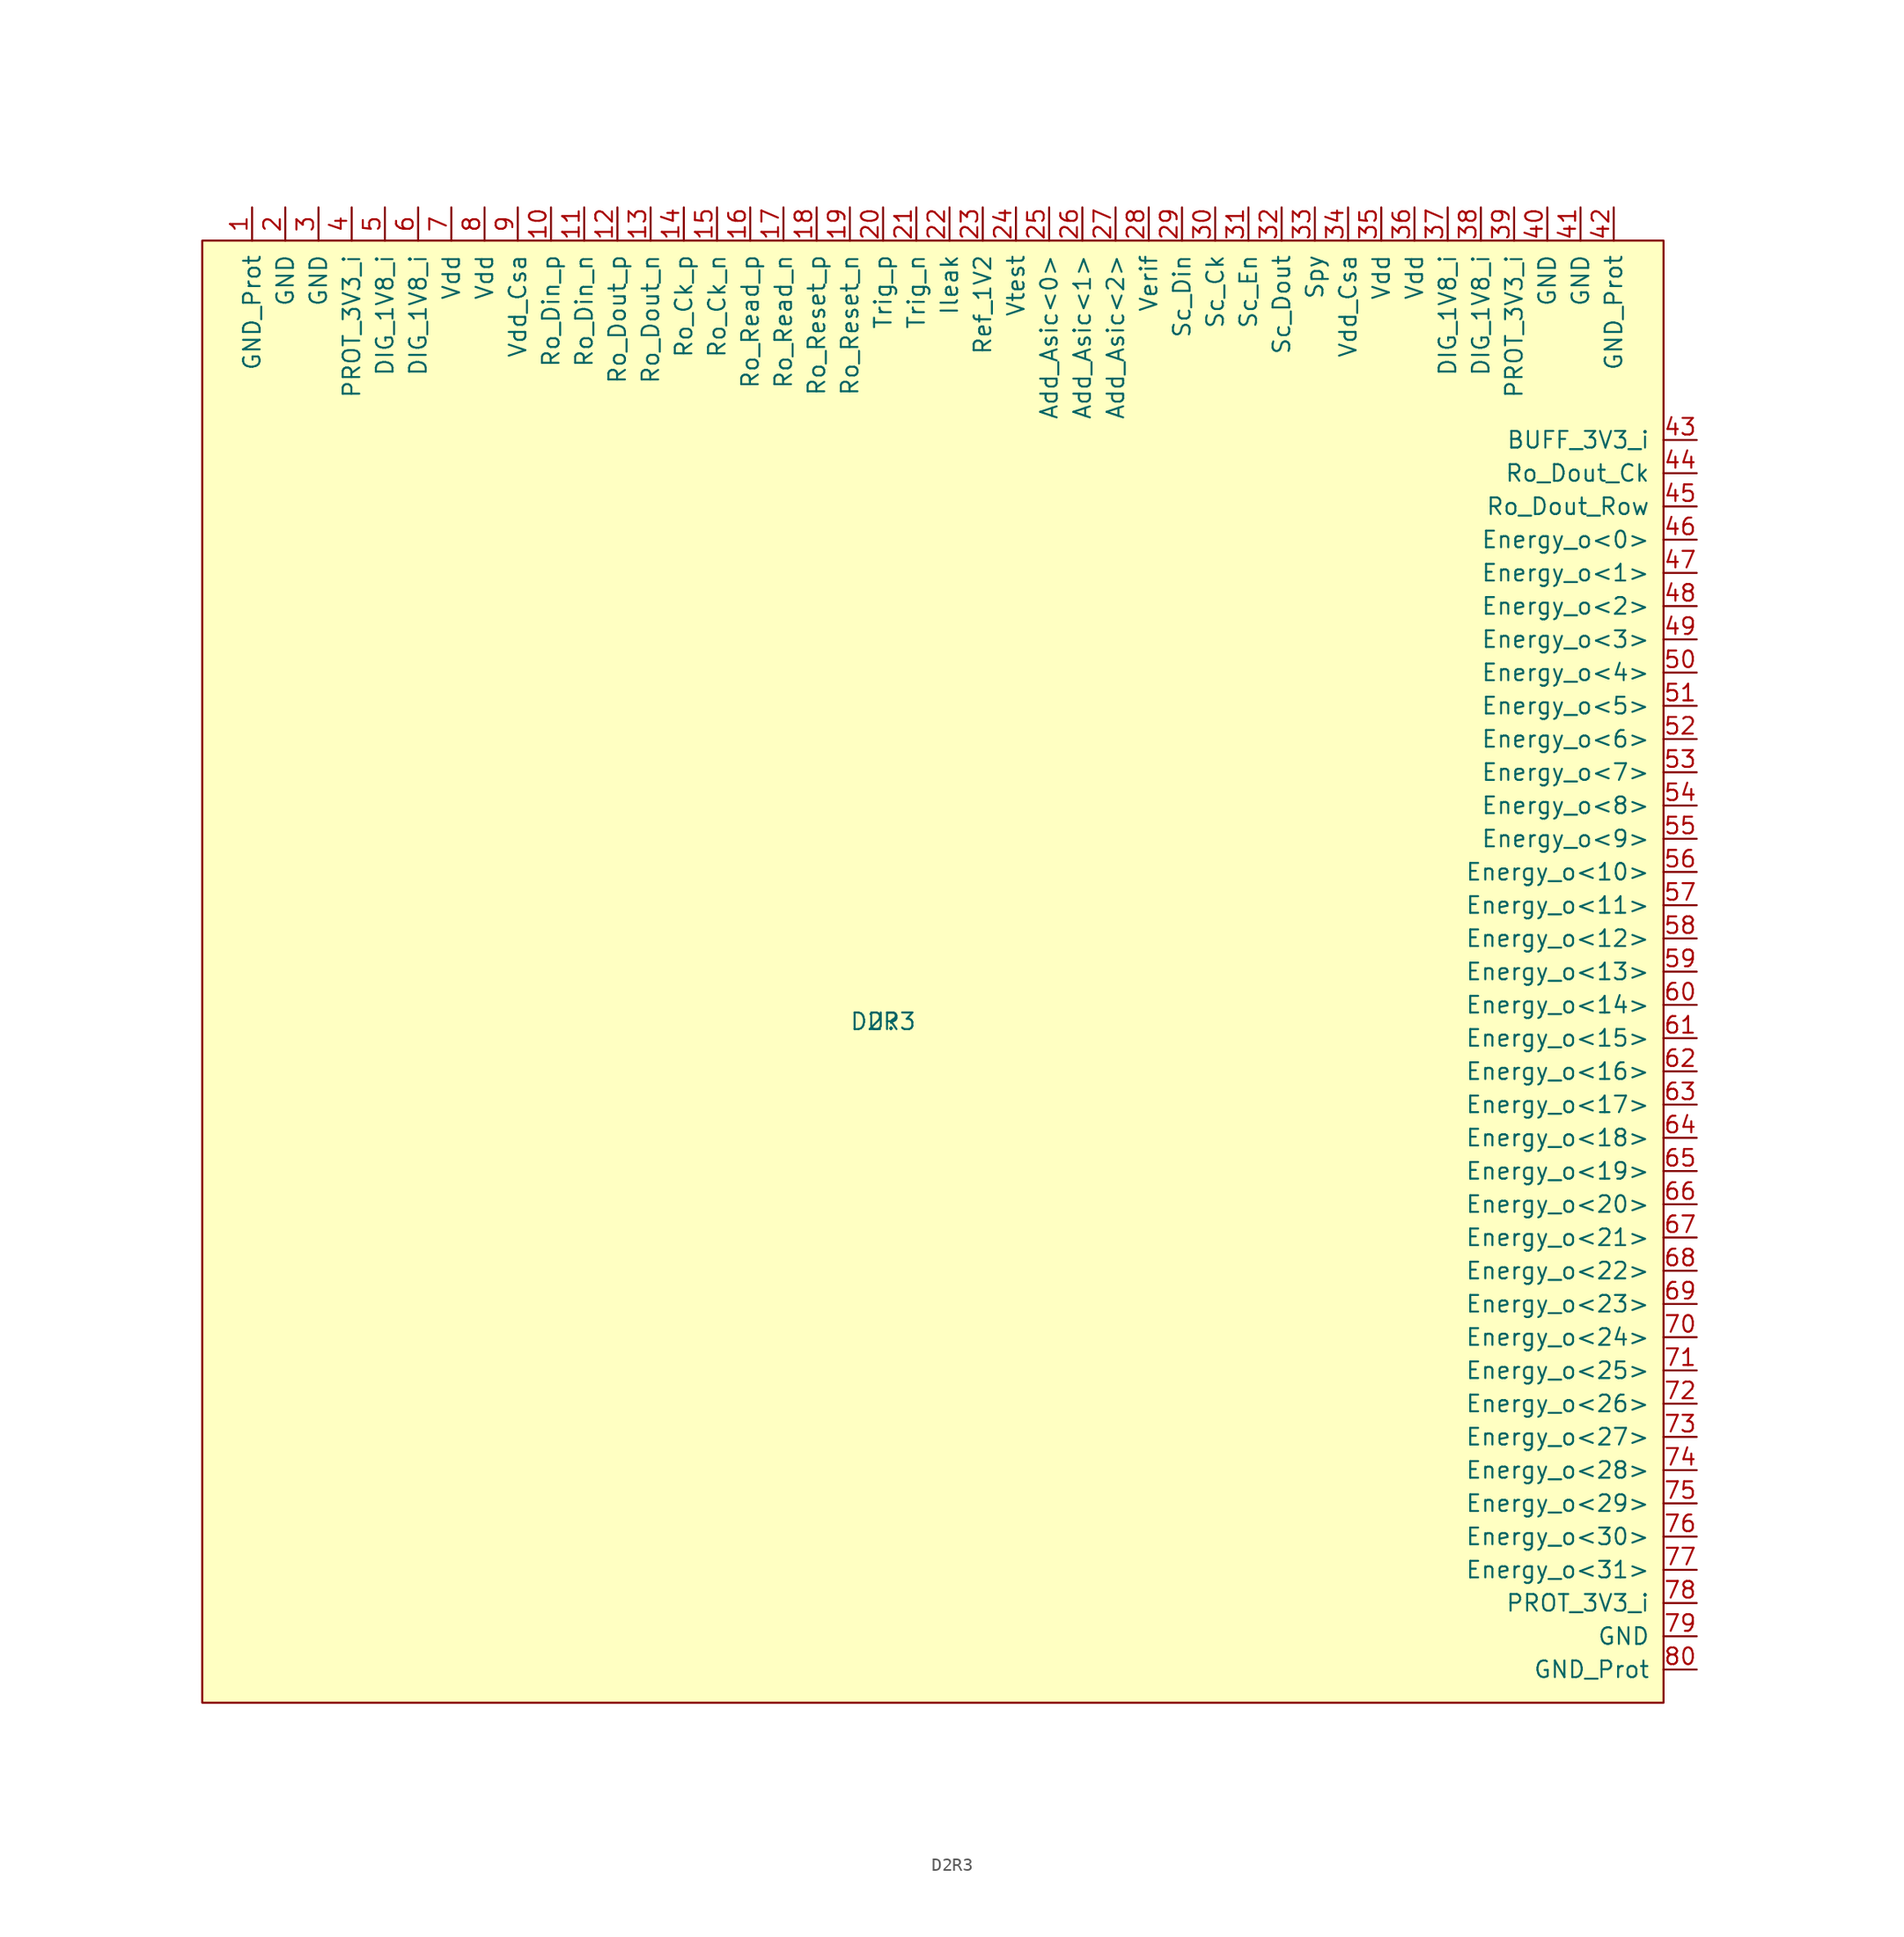
<source format=kicad_sym>
(kicad_symbol_lib
  (version 20211014)
  (generator kicad_symbol_editor)
  (symbol "D2R3"
    (pin_names
      (offset 1.016))
    (property "Reference" "U"
      (at 52.07 52.07 0)
      (effects (font (size 1.27 1.27))))
    (property "Value" "D2R3"
      (at 52.07 52.07 0)
      (effects (font (size 1.27 1.27))))
    (symbol "D2R3_0_1"
      (rectangle (start 0 111.76) (end 111.76 0) (stroke (width 0) (type default) (color 0 0 0 0)) (fill (type background))))
    (symbol "D2R3_1_1"
      (pin power_in line (at 3.81 114.3 270) (length 2.54) (name "GND_Prot" (effects (font (size 1.27 1.27)))) (number "1" (effects (font (size 1.27 1.27)))))
      (pin input line (at 26.67 114.3 270) (length 2.54) (name "Ro_Din_p" (effects (font (size 1.27 1.27)))) (number "10" (effects (font (size 1.27 1.27)))))
      (pin input line (at 29.21 114.3 270) (length 2.54) (name "Ro_Din_n" (effects (font (size 1.27 1.27)))) (number "11" (effects (font (size 1.27 1.27)))))
      (pin bidirectional line (at 31.75 114.3 270) (length 2.54) (name "Ro_Dout_p" (effects (font (size 1.27 1.27)))) (number "12" (effects (font (size 1.27 1.27)))))
      (pin bidirectional line (at 34.29 114.3 270) (length 2.54) (name "Ro_Dout_n" (effects (font (size 1.27 1.27)))) (number "13" (effects (font (size 1.27 1.27)))))
      (pin input line (at 36.83 114.3 270) (length 2.54) (name "Ro_Ck_p" (effects (font (size 1.27 1.27)))) (number "14" (effects (font (size 1.27 1.27)))))
      (pin input line (at 39.37 114.3 270) (length 2.54) (name "Ro_Ck_n" (effects (font (size 1.27 1.27)))) (number "15" (effects (font (size 1.27 1.27)))))
      (pin input line (at 41.91 114.3 270) (length 2.54) (name "Ro_Read_p" (effects (font (size 1.27 1.27)))) (number "16" (effects (font (size 1.27 1.27)))))
      (pin input line (at 44.45 114.3 270) (length 2.54) (name "Ro_Read_n" (effects (font (size 1.27 1.27)))) (number "17" (effects (font (size 1.27 1.27)))))
      (pin input line (at 46.99 114.3 270) (length 2.54) (name "Ro_Reset_p" (effects (font (size 1.27 1.27)))) (number "18" (effects (font (size 1.27 1.27)))))
      (pin input line (at 49.53 114.3 270) (length 2.54) (name "Ro_Reset_n" (effects (font (size 1.27 1.27)))) (number "19" (effects (font (size 1.27 1.27)))))
      (pin power_in line (at 6.35 114.3 270) (length 2.54) (name "GND" (effects (font (size 1.27 1.27)))) (number "2" (effects (font (size 1.27 1.27)))))
      (pin output line (at 52.07 114.3 270) (length 2.54) (name "Trig_p" (effects (font (size 1.27 1.27)))) (number "20" (effects (font (size 1.27 1.27)))))
      (pin output line (at 54.61 114.3 270) (length 2.54) (name "Trig_n" (effects (font (size 1.27 1.27)))) (number "21" (effects (font (size 1.27 1.27)))))
      (pin passive line (at 57.15 114.3 270) (length 2.54) (name "Ileak" (effects (font (size 1.27 1.27)))) (number "22" (effects (font (size 1.27 1.27)))))
      (pin passive line (at 59.69 114.3 270) (length 2.54) (name "Ref_1V2" (effects (font (size 1.27 1.27)))) (number "23" (effects (font (size 1.27 1.27)))))
      (pin input line (at 62.23 114.3 270) (length 2.54) (name "Vtest" (effects (font (size 1.27 1.27)))) (number "24" (effects (font (size 1.27 1.27)))))
      (pin open_emitter line (at 64.77 114.3 270) (length 2.54) (name "Add_Asic<0>" (effects (font (size 1.27 1.27)))) (number "25" (effects (font (size 1.27 1.27)))))
      (pin open_emitter line (at 67.31 114.3 270) (length 2.54) (name "Add_Asic<1>" (effects (font (size 1.27 1.27)))) (number "26" (effects (font (size 1.27 1.27)))))
      (pin open_emitter line (at 69.85 114.3 270) (length 2.54) (name "Add_Asic<2>" (effects (font (size 1.27 1.27)))) (number "27" (effects (font (size 1.27 1.27)))))
      (pin open_collector line (at 72.39 114.3 270) (length 2.54) (name "Verif" (effects (font (size 1.27 1.27)))) (number "28" (effects (font (size 1.27 1.27)))))
      (pin input line (at 74.93 114.3 270) (length 2.54) (name "Sc_Din" (effects (font (size 1.27 1.27)))) (number "29" (effects (font (size 1.27 1.27)))))
      (pin power_in line (at 8.89 114.3 270) (length 2.54) (name "GND" (effects (font (size 1.27 1.27)))) (number "3" (effects (font (size 1.27 1.27)))))
      (pin input line (at 77.47 114.3 270) (length 2.54) (name "Sc_Ck" (effects (font (size 1.27 1.27)))) (number "30" (effects (font (size 1.27 1.27)))))
      (pin input line (at 80.01 114.3 270) (length 2.54) (name "Sc_En" (effects (font (size 1.27 1.27)))) (number "31" (effects (font (size 1.27 1.27)))))
      (pin tri_state line (at 82.55 114.3 270) (length 2.54) (name "Sc_Dout" (effects (font (size 1.27 1.27)))) (number "32" (effects (font (size 1.27 1.27)))))
      (pin output line (at 85.09 114.3 270) (length 2.54) (name "Spy" (effects (font (size 1.27 1.27)))) (number "33" (effects (font (size 1.27 1.27)))))
      (pin power_in line (at 87.63 114.3 270) (length 2.54) (name "Vdd_Csa" (effects (font (size 1.27 1.27)))) (number "34" (effects (font (size 1.27 1.27)))))
      (pin power_in line (at 90.17 114.3 270) (length 2.54) (name "Vdd" (effects (font (size 1.27 1.27)))) (number "35" (effects (font (size 1.27 1.27)))))
      (pin power_in line (at 92.71 114.3 270) (length 2.54) (name "Vdd" (effects (font (size 1.27 1.27)))) (number "36" (effects (font (size 1.27 1.27)))))
      (pin power_in line (at 95.25 114.3 270) (length 2.54) (name "DIG_1V8_i" (effects (font (size 1.27 1.27)))) (number "37" (effects (font (size 1.27 1.27)))))
      (pin power_in line (at 97.79 114.3 270) (length 2.54) (name "DIG_1V8_i" (effects (font (size 1.27 1.27)))) (number "38" (effects (font (size 1.27 1.27)))))
      (pin power_in line (at 100.33 114.3 270) (length 2.54) (name "PROT_3V3_i" (effects (font (size 1.27 1.27)))) (number "39" (effects (font (size 1.27 1.27)))))
      (pin power_in line (at 11.43 114.3 270) (length 2.54) (name "PROT_3V3_i" (effects (font (size 1.27 1.27)))) (number "4" (effects (font (size 1.27 1.27)))))
      (pin power_in line (at 102.87 114.3 270) (length 2.54) (name "GND" (effects (font (size 1.27 1.27)))) (number "40" (effects (font (size 1.27 1.27)))))
      (pin power_in line (at 105.41 114.3 270) (length 2.54) (name "GND" (effects (font (size 1.27 1.27)))) (number "41" (effects (font (size 1.27 1.27)))))
      (pin power_in line (at 107.95 114.3 270) (length 2.54) (name "GND_Prot" (effects (font (size 1.27 1.27)))) (number "42" (effects (font (size 1.27 1.27)))))
      (pin power_in line (at 114.3 96.52 180) (length 2.54) (name "BUFF_3V3_i" (effects (font (size 1.27 1.27)))) (number "43" (effects (font (size 1.27 1.27)))))
      (pin tri_state line (at 114.3 93.98 180) (length 2.54) (name "Ro_Dout_Ck" (effects (font (size 1.27 1.27)))) (number "44" (effects (font (size 1.27 1.27)))))
      (pin tri_state line (at 114.3 91.44 180) (length 2.54) (name "Ro_Dout_Row" (effects (font (size 1.27 1.27)))) (number "45" (effects (font (size 1.27 1.27)))))
      (pin tri_state line (at 114.3 88.9 180) (length 2.54) (name "Energy_o<0>" (effects (font (size 1.27 1.27)))) (number "46" (effects (font (size 1.27 1.27)))))
      (pin tri_state line (at 114.3 86.36 180) (length 2.54) (name "Energy_o<1>" (effects (font (size 1.27 1.27)))) (number "47" (effects (font (size 1.27 1.27)))))
      (pin tri_state line (at 114.3 83.82 180) (length 2.54) (name "Energy_o<2>" (effects (font (size 1.27 1.27)))) (number "48" (effects (font (size 1.27 1.27)))))
      (pin tri_state line (at 114.3 81.28 180) (length 2.54) (name "Energy_o<3>" (effects (font (size 1.27 1.27)))) (number "49" (effects (font (size 1.27 1.27)))))
      (pin power_in line (at 13.97 114.3 270) (length 2.54) (name "DIG_1V8_i" (effects (font (size 1.27 1.27)))) (number "5" (effects (font (size 1.27 1.27)))))
      (pin tri_state line (at 114.3 78.74 180) (length 2.54) (name "Energy_o<4>" (effects (font (size 1.27 1.27)))) (number "50" (effects (font (size 1.27 1.27)))))
      (pin tri_state line (at 114.3 76.2 180) (length 2.54) (name "Energy_o<5>" (effects (font (size 1.27 1.27)))) (number "51" (effects (font (size 1.27 1.27)))))
      (pin tri_state line (at 114.3 73.66 180) (length 2.54) (name "Energy_o<6>" (effects (font (size 1.27 1.27)))) (number "52" (effects (font (size 1.27 1.27)))))
      (pin tri_state line (at 114.3 71.12 180) (length 2.54) (name "Energy_o<7>" (effects (font (size 1.27 1.27)))) (number "53" (effects (font (size 1.27 1.27)))))
      (pin tri_state line (at 114.3 68.58 180) (length 2.54) (name "Energy_o<8>" (effects (font (size 1.27 1.27)))) (number "54" (effects (font (size 1.27 1.27)))))
      (pin tri_state line (at 114.3 66.04 180) (length 2.54) (name "Energy_o<9>" (effects (font (size 1.27 1.27)))) (number "55" (effects (font (size 1.27 1.27)))))
      (pin tri_state line (at 114.3 63.5 180) (length 2.54) (name "Energy_o<10>" (effects (font (size 1.27 1.27)))) (number "56" (effects (font (size 1.27 1.27)))))
      (pin tri_state line (at 114.3 60.96 180) (length 2.54) (name "Energy_o<11>" (effects (font (size 1.27 1.27)))) (number "57" (effects (font (size 1.27 1.27)))))
      (pin tri_state line (at 114.3 58.42 180) (length 2.54) (name "Energy_o<12>" (effects (font (size 1.27 1.27)))) (number "58" (effects (font (size 1.27 1.27)))))
      (pin tri_state line (at 114.3 55.88 180) (length 2.54) (name "Energy_o<13>" (effects (font (size 1.27 1.27)))) (number "59" (effects (font (size 1.27 1.27)))))
      (pin power_in line (at 16.51 114.3 270) (length 2.54) (name "DIG_1V8_i" (effects (font (size 1.27 1.27)))) (number "6" (effects (font (size 1.27 1.27)))))
      (pin tri_state line (at 114.3 53.34 180) (length 2.54) (name "Energy_o<14>" (effects (font (size 1.27 1.27)))) (number "60" (effects (font (size 1.27 1.27)))))
      (pin tri_state line (at 114.3 50.8 180) (length 2.54) (name "Energy_o<15>" (effects (font (size 1.27 1.27)))) (number "61" (effects (font (size 1.27 1.27)))))
      (pin tri_state line (at 114.3 48.26 180) (length 2.54) (name "Energy_o<16>" (effects (font (size 1.27 1.27)))) (number "62" (effects (font (size 1.27 1.27)))))
      (pin tri_state line (at 114.3 45.72 180) (length 2.54) (name "Energy_o<17>" (effects (font (size 1.27 1.27)))) (number "63" (effects (font (size 1.27 1.27)))))
      (pin tri_state line (at 114.3 43.18 180) (length 2.54) (name "Energy_o<18>" (effects (font (size 1.27 1.27)))) (number "64" (effects (font (size 1.27 1.27)))))
      (pin tri_state line (at 114.3 40.64 180) (length 2.54) (name "Energy_o<19>" (effects (font (size 1.27 1.27)))) (number "65" (effects (font (size 1.27 1.27)))))
      (pin tri_state line (at 114.3 38.1 180) (length 2.54) (name "Energy_o<20>" (effects (font (size 1.27 1.27)))) (number "66" (effects (font (size 1.27 1.27)))))
      (pin tri_state line (at 114.3 35.56 180) (length 2.54) (name "Energy_o<21>" (effects (font (size 1.27 1.27)))) (number "67" (effects (font (size 1.27 1.27)))))
      (pin tri_state line (at 114.3 33.02 180) (length 2.54) (name "Energy_o<22>" (effects (font (size 1.27 1.27)))) (number "68" (effects (font (size 1.27 1.27)))))
      (pin tri_state line (at 114.3 30.48 180) (length 2.54) (name "Energy_o<23>" (effects (font (size 1.27 1.27)))) (number "69" (effects (font (size 1.27 1.27)))))
      (pin power_in line (at 19.05 114.3 270) (length 2.54) (name "Vdd" (effects (font (size 1.27 1.27)))) (number "7" (effects (font (size 1.27 1.27)))))
      (pin tri_state line (at 114.3 27.94 180) (length 2.54) (name "Energy_o<24>" (effects (font (size 1.27 1.27)))) (number "70" (effects (font (size 1.27 1.27)))))
      (pin tri_state line (at 114.3 25.4 180) (length 2.54) (name "Energy_o<25>" (effects (font (size 1.27 1.27)))) (number "71" (effects (font (size 1.27 1.27)))))
      (pin tri_state line (at 114.3 22.86 180) (length 2.54) (name "Energy_o<26>" (effects (font (size 1.27 1.27)))) (number "72" (effects (font (size 1.27 1.27)))))
      (pin tri_state line (at 114.3 20.32 180) (length 2.54) (name "Energy_o<27>" (effects (font (size 1.27 1.27)))) (number "73" (effects (font (size 1.27 1.27)))))
      (pin tri_state line (at 114.3 17.78 180) (length 2.54) (name "Energy_o<28>" (effects (font (size 1.27 1.27)))) (number "74" (effects (font (size 1.27 1.27)))))
      (pin tri_state line (at 114.3 15.24 180) (length 2.54) (name "Energy_o<29>" (effects (font (size 1.27 1.27)))) (number "75" (effects (font (size 1.27 1.27)))))
      (pin tri_state line (at 114.3 12.7 180) (length 2.54) (name "Energy_o<30>" (effects (font (size 1.27 1.27)))) (number "76" (effects (font (size 1.27 1.27)))))
      (pin tri_state line (at 114.3 10.16 180) (length 2.54) (name "Energy_o<31>" (effects (font (size 1.27 1.27)))) (number "77" (effects (font (size 1.27 1.27)))))
      (pin power_in line (at 114.3 7.62 180) (length 2.54) (name "PROT_3V3_i" (effects (font (size 1.27 1.27)))) (number "78" (effects (font (size 1.27 1.27)))))
      (pin power_in line (at 114.3 5.08 180) (length 2.54) (name "GND" (effects (font (size 1.27 1.27)))) (number "79" (effects (font (size 1.27 1.27)))))
      (pin power_in line (at 21.59 114.3 270) (length 2.54) (name "Vdd" (effects (font (size 1.27 1.27)))) (number "8" (effects (font (size 1.27 1.27)))))
      (pin power_in line (at 114.3 2.54 180) (length 2.54) (name "GND_Prot" (effects (font (size 1.27 1.27)))) (number "80" (effects (font (size 1.27 1.27)))))
      (pin power_in line (at 24.13 114.3 270) (length 2.54) (name "Vdd_Csa" (effects (font (size 1.27 1.27)))) (number "9" (effects (font (size 1.27 1.27))))))))
</source>
